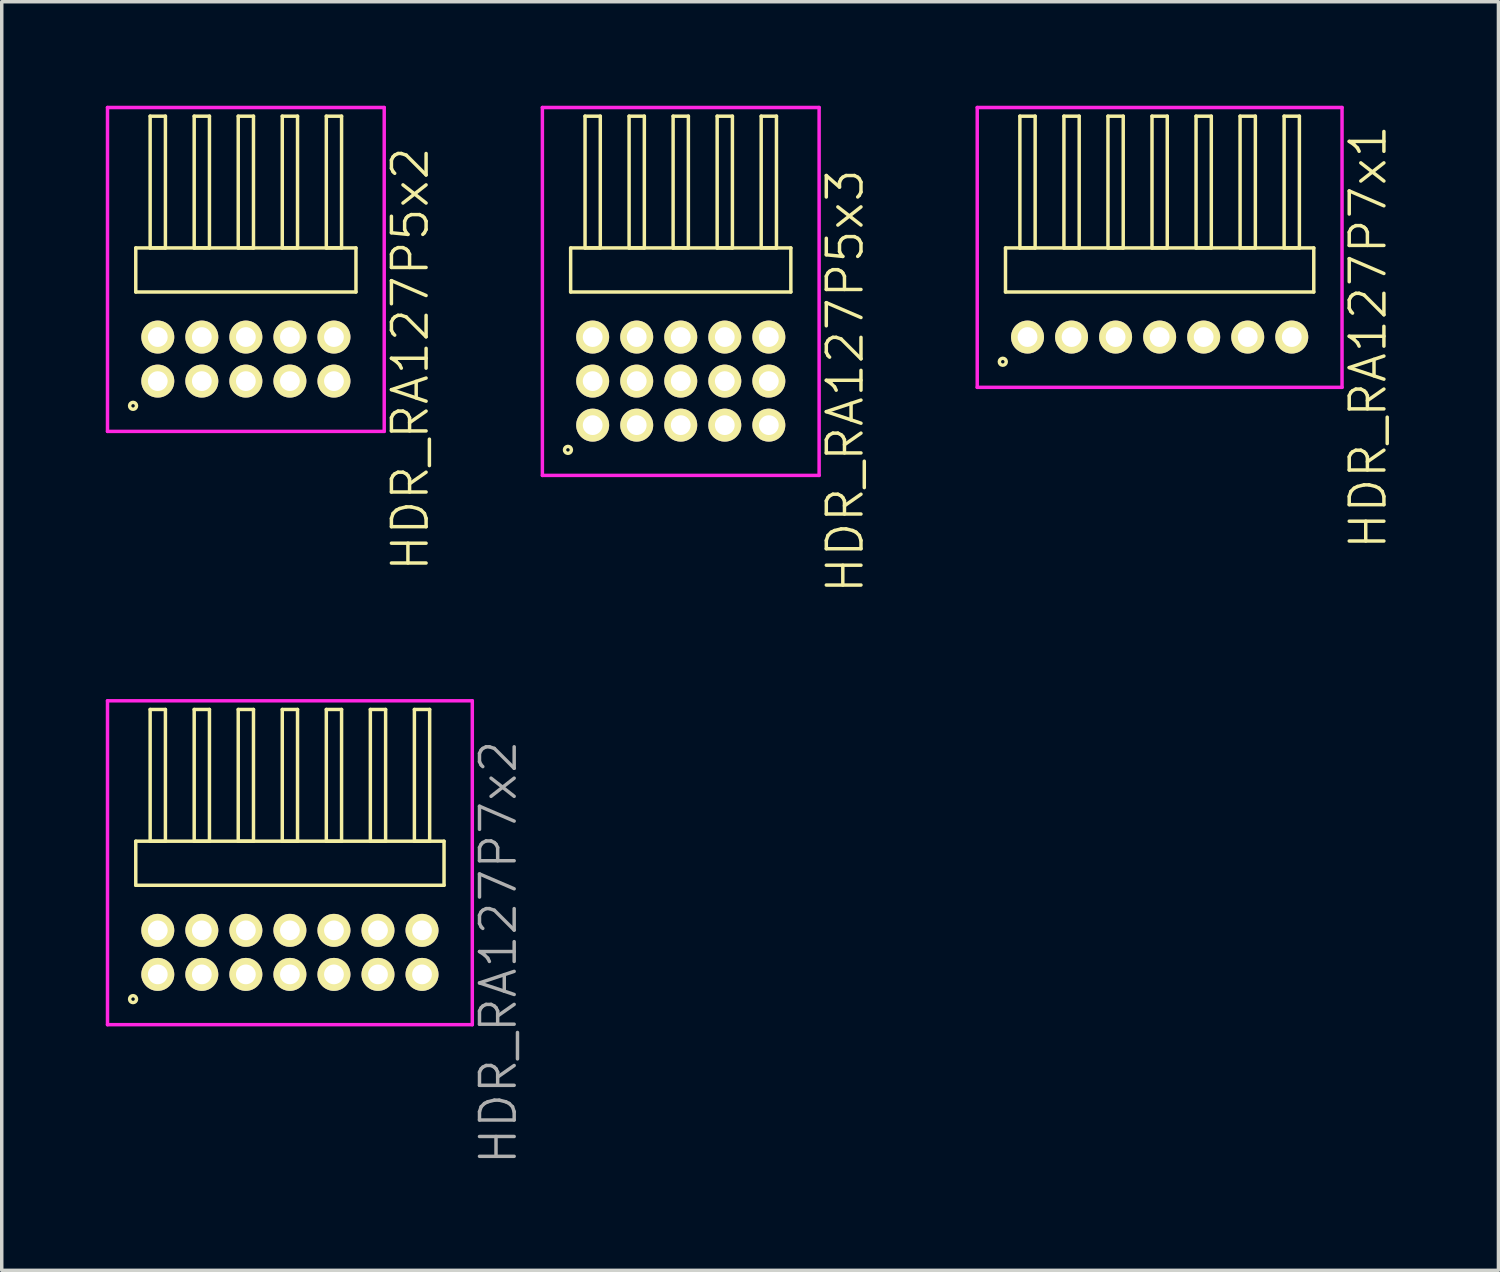
<source format=kicad_pcb>
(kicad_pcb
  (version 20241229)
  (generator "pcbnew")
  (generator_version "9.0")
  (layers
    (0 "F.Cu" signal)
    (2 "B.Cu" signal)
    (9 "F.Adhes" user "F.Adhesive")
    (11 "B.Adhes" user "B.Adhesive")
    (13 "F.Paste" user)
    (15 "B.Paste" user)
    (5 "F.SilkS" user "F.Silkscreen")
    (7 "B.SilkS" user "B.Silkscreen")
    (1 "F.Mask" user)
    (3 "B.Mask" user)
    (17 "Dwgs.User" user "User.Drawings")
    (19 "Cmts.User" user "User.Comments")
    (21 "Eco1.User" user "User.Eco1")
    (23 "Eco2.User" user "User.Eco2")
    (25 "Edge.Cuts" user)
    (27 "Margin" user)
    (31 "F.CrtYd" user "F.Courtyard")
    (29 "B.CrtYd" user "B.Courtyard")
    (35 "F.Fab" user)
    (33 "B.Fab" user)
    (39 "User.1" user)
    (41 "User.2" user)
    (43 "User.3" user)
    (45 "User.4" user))
  (footprint "HDR_RA127P7x2"
    (layer "F.Cu")
    (at 5.31 24.414)
    (property "Reference" "HDR_RA127P7x2" (at 6.01 0 90) (layer "F.Fab") (effects (font (size 1 1) (thickness 0.1))))
    (attr through_hole)
    (fp_line (start -4.445 -3.205) (end -4.445 -1.935) (stroke (width 0.1) (type solid)) (layer "F.SilkS"))
    (fp_line (start -4.445 -1.935) (end 4.445 -1.935) (stroke (width 0.1) (type solid)) (layer "F.SilkS"))
    (fp_line (start -4.03 -7.005) (end -4.03 -3.205) (stroke (width 0.1) (type solid)) (layer "F.SilkS"))
    (fp_line (start -4.03 -3.205) (end -3.59 -3.205) (stroke (width 0.1) (type solid)) (layer "F.SilkS"))
    (fp_line (start -3.59 -7.005) (end -4.03 -7.005) (stroke (width 0.1) (type solid)) (layer "F.SilkS"))
    (fp_line (start -3.59 -3.205) (end -3.59 -7.005) (stroke (width 0.1) (type solid)) (layer "F.SilkS"))
    (fp_line (start -2.76 -7.005) (end -2.76 -3.205) (stroke (width 0.1) (type solid)) (layer "F.SilkS"))
    (fp_line (start -2.76 -3.205) (end -2.32 -3.205) (stroke (width 0.1) (type solid)) (layer "F.SilkS"))
    (fp_line (start -2.32 -7.005) (end -2.76 -7.005) (stroke (width 0.1) (type solid)) (layer "F.SilkS"))
    (fp_line (start -2.32 -3.205) (end -2.32 -7.005) (stroke (width 0.1) (type solid)) (layer "F.SilkS"))
    (fp_line (start -1.49 -7.005) (end -1.49 -3.205) (stroke (width 0.1) (type solid)) (layer "F.SilkS"))
    (fp_line (start -1.49 -3.205) (end -1.05 -3.205) (stroke (width 0.1) (type solid)) (layer "F.SilkS"))
    (fp_line (start -1.05 -7.005) (end -1.49 -7.005) (stroke (width 0.1) (type solid)) (layer "F.SilkS"))
    (fp_line (start -1.05 -3.205) (end -1.05 -7.005) (stroke (width 0.1) (type solid)) (layer "F.SilkS"))
    (fp_line (start -0.22 -7.005) (end -0.22 -3.205) (stroke (width 0.1) (type solid)) (layer "F.SilkS"))
    (fp_line (start -0.22 -3.205) (end 0.22 -3.205) (stroke (width 0.1) (type solid)) (layer "F.SilkS"))
    (fp_line (start 0.22 -7.005) (end -0.22 -7.005) (stroke (width 0.1) (type solid)) (layer "F.SilkS"))
    (fp_line (start 0.22 -3.205) (end 0.22 -7.005) (stroke (width 0.1) (type solid)) (layer "F.SilkS"))
    (fp_line (start 1.05 -7.005) (end 1.05 -3.205) (stroke (width 0.1) (type solid)) (layer "F.SilkS"))
    (fp_line (start 1.05 -3.205) (end 1.49 -3.205) (stroke (width 0.1) (type solid)) (layer "F.SilkS"))
    (fp_line (start 1.49 -7.005) (end 1.05 -7.005) (stroke (width 0.1) (type solid)) (layer "F.SilkS"))
    (fp_line (start 1.49 -3.205) (end 1.49 -7.005) (stroke (width 0.1) (type solid)) (layer "F.SilkS"))
    (fp_line (start 2.32 -7.005) (end 2.32 -3.205) (stroke (width 0.1) (type solid)) (layer "F.SilkS"))
    (fp_line (start 2.32 -3.205) (end 2.76 -3.205) (stroke (width 0.1) (type solid)) (layer "F.SilkS"))
    (fp_line (start 2.76 -7.005) (end 2.32 -7.005) (stroke (width 0.1) (type solid)) (layer "F.SilkS"))
    (fp_line (start 2.76 -3.205) (end 2.76 -7.005) (stroke (width 0.1) (type solid)) (layer "F.SilkS"))
    (fp_line (start 3.59 -7.005) (end 3.59 -3.205) (stroke (width 0.1) (type solid)) (layer "F.SilkS"))
    (fp_line (start 3.59 -3.205) (end 4.03 -3.205) (stroke (width 0.1) (type solid)) (layer "F.SilkS"))
    (fp_line (start 4.03 -7.005) (end 3.59 -7.005) (stroke (width 0.1) (type solid)) (layer "F.SilkS"))
    (fp_line (start 4.03 -3.205) (end 4.03 -7.005) (stroke (width 0.1) (type solid)) (layer "F.SilkS"))
    (fp_line (start 4.445 -3.205) (end -4.445 -3.205) (stroke (width 0.1) (type solid)) (layer "F.SilkS"))
    (fp_line (start 4.445 -1.935) (end 4.445 -3.205) (stroke (width 0.1) (type solid)) (layer "F.SilkS"))
    (fp_circle (center -4.523 1.348) (end -4.423 1.348) (stroke (width 0.1) (type solid)) (fill no) (layer "F.SilkS"))
    (fp_line (start -5.26 -7.255) (end -5.26 2.085) (stroke (width 0.1) (type solid)) (layer "F.CrtYd"))
    (fp_line (start -5.26 2.085) (end 5.26 2.085) (stroke (width 0.1) (type solid)) (layer "F.CrtYd"))
    (fp_line (start 5.26 -7.255) (end -5.26 -7.255) (stroke (width 0.1) (type solid)) (layer "F.CrtYd"))
    (fp_line (start 5.26 2.085) (end 5.26 -7.255) (stroke (width 0.1) (type solid)) (layer "F.CrtYd"))
    (pad "1" thru_hole oval (at -3.81 0.635) (size 0.95 0.95) (drill 0.57) (layers "*.Cu" "*.Mask" "F.SilkS"))
    (pad "2" thru_hole oval (at -3.81 -0.635) (size 0.95 0.95) (drill 0.57) (layers "*.Cu" "*.Mask" "F.SilkS"))
    (pad "3" thru_hole oval (at -2.54 0.635) (size 0.95 0.95) (drill 0.57) (layers "*.Cu" "*.Mask" "F.SilkS"))
    (pad "4" thru_hole oval (at -2.54 -0.635) (size 0.95 0.95) (drill 0.57) (layers "*.Cu" "*.Mask" "F.SilkS"))
    (pad "5" thru_hole oval (at -1.27 0.635) (size 0.95 0.95) (drill 0.57) (layers "*.Cu" "*.Mask" "F.SilkS"))
    (pad "6" thru_hole oval (at -1.27 -0.635) (size 0.95 0.95) (drill 0.57) (layers "*.Cu" "*.Mask" "F.SilkS"))
    (pad "7" thru_hole oval (at 0 0.635) (size 0.95 0.95) (drill 0.57) (layers "*.Cu" "*.Mask" "F.SilkS"))
    (pad "8" thru_hole oval (at 0 -0.635) (size 0.95 0.95) (drill 0.57) (layers "*.Cu" "*.Mask" "F.SilkS"))
    (pad "9" thru_hole oval (at 1.27 0.635) (size 0.95 0.95) (drill 0.57) (layers "*.Cu" "*.Mask" "F.SilkS"))
    (pad "10" thru_hole oval (at 1.27 -0.635) (size 0.95 0.95) (drill 0.57) (layers "*.Cu" "*.Mask" "F.SilkS"))
    (pad "11" thru_hole oval (at 2.54 0.635) (size 0.95 0.95) (drill 0.57) (layers "*.Cu" "*.Mask" "F.SilkS"))
    (pad "12" thru_hole oval (at 2.54 -0.635) (size 0.95 0.95) (drill 0.57) (layers "*.Cu" "*.Mask" "F.SilkS"))
    (pad "13" thru_hole oval (at 3.81 0.635) (size 0.95 0.95) (drill 0.57) (layers "*.Cu" "*.Mask" "F.SilkS"))
    (pad "14" thru_hole oval (at 3.81 -0.635) (size 0.95 0.95) (drill 0.57) (layers "*.Cu" "*.Mask" "F.SilkS")))
  (footprint "HDR_RA127P5x2"
    (layer "F.Cu")
    (at 4.04 7.305)
    (property "Reference" "HDR_RA127P5x2" (at 4.74 0 90) (layer "F.SilkS") (effects (font (size 1 1) (thickness 0.1))))
    (attr through_hole)
    (fp_line (start -3.175 -3.205) (end -3.175 -1.935) (stroke (width 0.1) (type solid)) (layer "F.SilkS"))
    (fp_line (start -3.175 -1.935) (end 3.175 -1.935) (stroke (width 0.1) (type solid)) (layer "F.SilkS"))
    (fp_line (start -2.76 -7.005) (end -2.76 -3.205) (stroke (width 0.1) (type solid)) (layer "F.SilkS"))
    (fp_line (start -2.76 -3.205) (end -2.32 -3.205) (stroke (width 0.1) (type solid)) (layer "F.SilkS"))
    (fp_line (start -2.32 -7.005) (end -2.76 -7.005) (stroke (width 0.1) (type solid)) (layer "F.SilkS"))
    (fp_line (start -2.32 -3.205) (end -2.32 -7.005) (stroke (width 0.1) (type solid)) (layer "F.SilkS"))
    (fp_line (start -1.49 -7.005) (end -1.49 -3.205) (stroke (width 0.1) (type solid)) (layer "F.SilkS"))
    (fp_line (start -1.49 -3.205) (end -1.05 -3.205) (stroke (width 0.1) (type solid)) (layer "F.SilkS"))
    (fp_line (start -1.05 -7.005) (end -1.49 -7.005) (stroke (width 0.1) (type solid)) (layer "F.SilkS"))
    (fp_line (start -1.05 -3.205) (end -1.05 -7.005) (stroke (width 0.1) (type solid)) (layer "F.SilkS"))
    (fp_line (start -0.22 -7.005) (end -0.22 -3.205) (stroke (width 0.1) (type solid)) (layer "F.SilkS"))
    (fp_line (start -0.22 -3.205) (end 0.22 -3.205) (stroke (width 0.1) (type solid)) (layer "F.SilkS"))
    (fp_line (start 0.22 -7.005) (end -0.22 -7.005) (stroke (width 0.1) (type solid)) (layer "F.SilkS"))
    (fp_line (start 0.22 -3.205) (end 0.22 -7.005) (stroke (width 0.1) (type solid)) (layer "F.SilkS"))
    (fp_line (start 1.05 -7.005) (end 1.05 -3.205) (stroke (width 0.1) (type solid)) (layer "F.SilkS"))
    (fp_line (start 1.05 -3.205) (end 1.49 -3.205) (stroke (width 0.1) (type solid)) (layer "F.SilkS"))
    (fp_line (start 1.49 -7.005) (end 1.05 -7.005) (stroke (width 0.1) (type solid)) (layer "F.SilkS"))
    (fp_line (start 1.49 -3.205) (end 1.49 -7.005) (stroke (width 0.1) (type solid)) (layer "F.SilkS"))
    (fp_line (start 2.32 -7.005) (end 2.32 -3.205) (stroke (width 0.1) (type solid)) (layer "F.SilkS"))
    (fp_line (start 2.32 -3.205) (end 2.76 -3.205) (stroke (width 0.1) (type solid)) (layer "F.SilkS"))
    (fp_line (start 2.76 -7.005) (end 2.32 -7.005) (stroke (width 0.1) (type solid)) (layer "F.SilkS"))
    (fp_line (start 2.76 -3.205) (end 2.76 -7.005) (stroke (width 0.1) (type solid)) (layer "F.SilkS"))
    (fp_line (start 3.175 -3.205) (end -3.175 -3.205) (stroke (width 0.1) (type solid)) (layer "F.SilkS"))
    (fp_line (start 3.175 -1.935) (end 3.175 -3.205) (stroke (width 0.1) (type solid)) (layer "F.SilkS"))
    (fp_circle (center -3.253 1.348) (end -3.153 1.348) (stroke (width 0.1) (type solid)) (fill no) (layer "F.SilkS"))
    (fp_line (start -3.99 -7.255) (end -3.99 2.085) (stroke (width 0.1) (type solid)) (layer "F.CrtYd"))
    (fp_line (start -3.99 2.085) (end 3.99 2.085) (stroke (width 0.1) (type solid)) (layer "F.CrtYd"))
    (fp_line (start 3.99 -7.255) (end -3.99 -7.255) (stroke (width 0.1) (type solid)) (layer "F.CrtYd"))
    (fp_line (start 3.99 2.085) (end 3.99 -7.255) (stroke (width 0.1) (type solid)) (layer "F.CrtYd"))
    (pad "1" thru_hole oval (at -2.54 0.635) (size 0.95 0.95) (drill 0.57) (layers "*.Cu" "*.Mask" "F.SilkS"))
    (pad "2" thru_hole oval (at -2.54 -0.635) (size 0.95 0.95) (drill 0.57) (layers "*.Cu" "*.Mask" "F.SilkS"))
    (pad "3" thru_hole oval (at -1.27 0.635) (size 0.95 0.95) (drill 0.57) (layers "*.Cu" "*.Mask" "F.SilkS"))
    (pad "4" thru_hole oval (at -1.27 -0.635) (size 0.95 0.95) (drill 0.57) (layers "*.Cu" "*.Mask" "F.SilkS"))
    (pad "5" thru_hole oval (at 0 0.635) (size 0.95 0.95) (drill 0.57) (layers "*.Cu" "*.Mask" "F.SilkS"))
    (pad "6" thru_hole oval (at 0 -0.635) (size 0.95 0.95) (drill 0.57) (layers "*.Cu" "*.Mask" "F.SilkS"))
    (pad "7" thru_hole oval (at 1.27 0.635) (size 0.95 0.95) (drill 0.57) (layers "*.Cu" "*.Mask" "F.SilkS"))
    (pad "8" thru_hole oval (at 1.27 -0.635) (size 0.95 0.95) (drill 0.57) (layers "*.Cu" "*.Mask" "F.SilkS"))
    (pad "9" thru_hole oval (at 2.54 0.635) (size 0.95 0.95) (drill 0.57) (layers "*.Cu" "*.Mask" "F.SilkS"))
    (pad "10" thru_hole oval (at 2.54 -0.635) (size 0.95 0.95) (drill 0.57) (layers "*.Cu" "*.Mask" "F.SilkS")))
  (footprint "HDR_RA127P5x3"
    (layer "F.Cu")
    (at 16.581 7.94)
    (property "Reference" "HDR_RA127P5x3" (at 4.74 0 90) (layer "F.SilkS") (effects (font (size 1 1) (thickness 0.1))))
    (attr through_hole)
    (fp_line (start -3.175 -3.84) (end -3.175 -2.57) (stroke (width 0.1) (type solid)) (layer "F.SilkS"))
    (fp_line (start -3.175 -2.57) (end 3.175 -2.57) (stroke (width 0.1) (type solid)) (layer "F.SilkS"))
    (fp_line (start -2.76 -7.64) (end -2.76 -3.84) (stroke (width 0.1) (type solid)) (layer "F.SilkS"))
    (fp_line (start -2.76 -3.84) (end -2.32 -3.84) (stroke (width 0.1) (type solid)) (layer "F.SilkS"))
    (fp_line (start -2.32 -7.64) (end -2.76 -7.64) (stroke (width 0.1) (type solid)) (layer "F.SilkS"))
    (fp_line (start -2.32 -3.84) (end -2.32 -7.64) (stroke (width 0.1) (type solid)) (layer "F.SilkS"))
    (fp_line (start -1.49 -7.64) (end -1.49 -3.84) (stroke (width 0.1) (type solid)) (layer "F.SilkS"))
    (fp_line (start -1.49 -3.84) (end -1.05 -3.84) (stroke (width 0.1) (type solid)) (layer "F.SilkS"))
    (fp_line (start -1.05 -7.64) (end -1.49 -7.64) (stroke (width 0.1) (type solid)) (layer "F.SilkS"))
    (fp_line (start -1.05 -3.84) (end -1.05 -7.64) (stroke (width 0.1) (type solid)) (layer "F.SilkS"))
    (fp_line (start -0.22 -7.64) (end -0.22 -3.84) (stroke (width 0.1) (type solid)) (layer "F.SilkS"))
    (fp_line (start -0.22 -3.84) (end 0.22 -3.84) (stroke (width 0.1) (type solid)) (layer "F.SilkS"))
    (fp_line (start 0.22 -7.64) (end -0.22 -7.64) (stroke (width 0.1) (type solid)) (layer "F.SilkS"))
    (fp_line (start 0.22 -3.84) (end 0.22 -7.64) (stroke (width 0.1) (type solid)) (layer "F.SilkS"))
    (fp_line (start 1.05 -7.64) (end 1.05 -3.84) (stroke (width 0.1) (type solid)) (layer "F.SilkS"))
    (fp_line (start 1.05 -3.84) (end 1.49 -3.84) (stroke (width 0.1) (type solid)) (layer "F.SilkS"))
    (fp_line (start 1.49 -7.64) (end 1.05 -7.64) (stroke (width 0.1) (type solid)) (layer "F.SilkS"))
    (fp_line (start 1.49 -3.84) (end 1.49 -7.64) (stroke (width 0.1) (type solid)) (layer "F.SilkS"))
    (fp_line (start 2.32 -7.64) (end 2.32 -3.84) (stroke (width 0.1) (type solid)) (layer "F.SilkS"))
    (fp_line (start 2.32 -3.84) (end 2.76 -3.84) (stroke (width 0.1) (type solid)) (layer "F.SilkS"))
    (fp_line (start 2.76 -7.64) (end 2.32 -7.64) (stroke (width 0.1) (type solid)) (layer "F.SilkS"))
    (fp_line (start 2.76 -3.84) (end 2.76 -7.64) (stroke (width 0.1) (type solid)) (layer "F.SilkS"))
    (fp_line (start 3.175 -3.84) (end -3.175 -3.84) (stroke (width 0.1) (type solid)) (layer "F.SilkS"))
    (fp_line (start 3.175 -2.57) (end 3.175 -3.84) (stroke (width 0.1) (type solid)) (layer "F.SilkS"))
    (fp_circle (center -3.253 1.983) (end -3.153 1.983) (stroke (width 0.1) (type solid)) (fill no) (layer "F.SilkS"))
    (fp_line (start -3.99 -7.89) (end -3.99 2.72) (stroke (width 0.1) (type solid)) (layer "F.CrtYd"))
    (fp_line (start -3.99 2.72) (end 3.99 2.72) (stroke (width 0.1) (type solid)) (layer "F.CrtYd"))
    (fp_line (start 3.99 -7.89) (end -3.99 -7.89) (stroke (width 0.1) (type solid)) (layer "F.CrtYd"))
    (fp_line (start 3.99 2.72) (end 3.99 -7.89) (stroke (width 0.1) (type solid)) (layer "F.CrtYd"))
    (pad "1" thru_hole oval (at -2.54 1.27) (size 0.95 0.95) (drill 0.57) (layers "*.Cu" "*.Mask" "F.SilkS"))
    (pad "2" thru_hole oval (at -2.54 0) (size 0.95 0.95) (drill 0.57) (layers "*.Cu" "*.Mask" "F.SilkS"))
    (pad "3" thru_hole oval (at -2.54 -1.27) (size 0.95 0.95) (drill 0.57) (layers "*.Cu" "*.Mask" "F.SilkS"))
    (pad "4" thru_hole oval (at -1.27 1.27) (size 0.95 0.95) (drill 0.57) (layers "*.Cu" "*.Mask" "F.SilkS"))
    (pad "5" thru_hole oval (at -1.27 0) (size 0.95 0.95) (drill 0.57) (layers "*.Cu" "*.Mask" "F.SilkS"))
    (pad "6" thru_hole oval (at -1.27 -1.27) (size 0.95 0.95) (drill 0.57) (layers "*.Cu" "*.Mask" "F.SilkS"))
    (pad "7" thru_hole oval (at 0 1.27) (size 0.95 0.95) (drill 0.57) (layers "*.Cu" "*.Mask" "F.SilkS"))
    (pad "8" thru_hole oval (at 0 0) (size 0.95 0.95) (drill 0.57) (layers "*.Cu" "*.Mask" "F.SilkS"))
    (pad "9" thru_hole oval (at 0 -1.27) (size 0.95 0.95) (drill 0.57) (layers "*.Cu" "*.Mask" "F.SilkS"))
    (pad "10" thru_hole oval (at 1.27 1.27) (size 0.95 0.95) (drill 0.57) (layers "*.Cu" "*.Mask" "F.SilkS"))
    (pad "11" thru_hole oval (at 1.27 0) (size 0.95 0.95) (drill 0.57) (layers "*.Cu" "*.Mask" "F.SilkS"))
    (pad "12" thru_hole oval (at 1.27 -1.27) (size 0.95 0.95) (drill 0.57) (layers "*.Cu" "*.Mask" "F.SilkS"))
    (pad "13" thru_hole oval (at 2.54 1.27) (size 0.95 0.95) (drill 0.57) (layers "*.Cu" "*.Mask" "F.SilkS"))
    (pad "14" thru_hole oval (at 2.54 0) (size 0.95 0.95) (drill 0.57) (layers "*.Cu" "*.Mask" "F.SilkS"))
    (pad "15" thru_hole oval (at 2.54 -1.27) (size 0.95 0.95) (drill 0.57) (layers "*.Cu" "*.Mask" "F.SilkS")))
  (footprint "HDR_RA127P7x1"
    (layer "F.Cu")
    (at 30.391 6.67)
    (property "Reference" "HDR_RA127P7x1" (at 6.01 0 90) (layer "F.SilkS") (effects (font (size 1 1) (thickness 0.1))))
    (attr through_hole)
    (fp_line (start -4.445 -2.57) (end -4.445 -1.3) (stroke (width 0.1) (type solid)) (layer "F.SilkS"))
    (fp_line (start -4.445 -1.3) (end 4.445 -1.3) (stroke (width 0.1) (type solid)) (layer "F.SilkS"))
    (fp_line (start -4.03 -6.37) (end -4.03 -2.57) (stroke (width 0.1) (type solid)) (layer "F.SilkS"))
    (fp_line (start -4.03 -2.57) (end -3.59 -2.57) (stroke (width 0.1) (type solid)) (layer "F.SilkS"))
    (fp_line (start -3.59 -6.37) (end -4.03 -6.37) (stroke (width 0.1) (type solid)) (layer "F.SilkS"))
    (fp_line (start -3.59 -2.57) (end -3.59 -6.37) (stroke (width 0.1) (type solid)) (layer "F.SilkS"))
    (fp_line (start -2.76 -6.37) (end -2.76 -2.57) (stroke (width 0.1) (type solid)) (layer "F.SilkS"))
    (fp_line (start -2.76 -2.57) (end -2.32 -2.57) (stroke (width 0.1) (type solid)) (layer "F.SilkS"))
    (fp_line (start -2.32 -6.37) (end -2.76 -6.37) (stroke (width 0.1) (type solid)) (layer "F.SilkS"))
    (fp_line (start -2.32 -2.57) (end -2.32 -6.37) (stroke (width 0.1) (type solid)) (layer "F.SilkS"))
    (fp_line (start -1.49 -6.37) (end -1.49 -2.57) (stroke (width 0.1) (type solid)) (layer "F.SilkS"))
    (fp_line (start -1.49 -2.57) (end -1.05 -2.57) (stroke (width 0.1) (type solid)) (layer "F.SilkS"))
    (fp_line (start -1.05 -6.37) (end -1.49 -6.37) (stroke (width 0.1) (type solid)) (layer "F.SilkS"))
    (fp_line (start -1.05 -2.57) (end -1.05 -6.37) (stroke (width 0.1) (type solid)) (layer "F.SilkS"))
    (fp_line (start -0.22 -6.37) (end -0.22 -2.57) (stroke (width 0.1) (type solid)) (layer "F.SilkS"))
    (fp_line (start -0.22 -2.57) (end 0.22 -2.57) (stroke (width 0.1) (type solid)) (layer "F.SilkS"))
    (fp_line (start 0.22 -6.37) (end -0.22 -6.37) (stroke (width 0.1) (type solid)) (layer "F.SilkS"))
    (fp_line (start 0.22 -2.57) (end 0.22 -6.37) (stroke (width 0.1) (type solid)) (layer "F.SilkS"))
    (fp_line (start 1.05 -6.37) (end 1.05 -2.57) (stroke (width 0.1) (type solid)) (layer "F.SilkS"))
    (fp_line (start 1.05 -2.57) (end 1.49 -2.57) (stroke (width 0.1) (type solid)) (layer "F.SilkS"))
    (fp_line (start 1.49 -6.37) (end 1.05 -6.37) (stroke (width 0.1) (type solid)) (layer "F.SilkS"))
    (fp_line (start 1.49 -2.57) (end 1.49 -6.37) (stroke (width 0.1) (type solid)) (layer "F.SilkS"))
    (fp_line (start 2.32 -6.37) (end 2.32 -2.57) (stroke (width 0.1) (type solid)) (layer "F.SilkS"))
    (fp_line (start 2.32 -2.57) (end 2.76 -2.57) (stroke (width 0.1) (type solid)) (layer "F.SilkS"))
    (fp_line (start 2.76 -6.37) (end 2.32 -6.37) (stroke (width 0.1) (type solid)) (layer "F.SilkS"))
    (fp_line (start 2.76 -2.57) (end 2.76 -6.37) (stroke (width 0.1) (type solid)) (layer "F.SilkS"))
    (fp_line (start 3.59 -6.37) (end 3.59 -2.57) (stroke (width 0.1) (type solid)) (layer "F.SilkS"))
    (fp_line (start 3.59 -2.57) (end 4.03 -2.57) (stroke (width 0.1) (type solid)) (layer "F.SilkS"))
    (fp_line (start 4.03 -6.37) (end 3.59 -6.37) (stroke (width 0.1) (type solid)) (layer "F.SilkS"))
    (fp_line (start 4.03 -2.57) (end 4.03 -6.37) (stroke (width 0.1) (type solid)) (layer "F.SilkS"))
    (fp_line (start 4.445 -2.57) (end -4.445 -2.57) (stroke (width 0.1) (type solid)) (layer "F.SilkS"))
    (fp_line (start 4.445 -1.3) (end 4.445 -2.57) (stroke (width 0.1) (type solid)) (layer "F.SilkS"))
    (fp_circle (center -4.523 0.712) (end -4.423 0.712) (stroke (width 0.1) (type solid)) (fill no) (layer "F.SilkS"))
    (fp_line (start -5.26 -6.62) (end -5.26 1.45) (stroke (width 0.1) (type solid)) (layer "F.CrtYd"))
    (fp_line (start -5.26 1.45) (end 5.26 1.45) (stroke (width 0.1) (type solid)) (layer "F.CrtYd"))
    (fp_line (start 5.26 -6.62) (end -5.26 -6.62) (stroke (width 0.1) (type solid)) (layer "F.CrtYd"))
    (fp_line (start 5.26 1.45) (end 5.26 -6.62) (stroke (width 0.1) (type solid)) (layer "F.CrtYd"))
    (pad "1" thru_hole oval (at -3.81 0) (size 0.95 0.95) (drill 0.57) (layers "*.Cu" "*.Mask" "F.SilkS"))
    (pad "2" thru_hole oval (at -2.54 0) (size 0.95 0.95) (drill 0.57) (layers "*.Cu" "*.Mask" "F.SilkS"))
    (pad "3" thru_hole oval (at -1.27 0) (size 0.95 0.95) (drill 0.57) (layers "*.Cu" "*.Mask" "F.SilkS"))
    (pad "4" thru_hole oval (at 0 0) (size 0.95 0.95) (drill 0.57) (layers "*.Cu" "*.Mask" "F.SilkS"))
    (pad "5" thru_hole oval (at 1.27 0) (size 0.95 0.95) (drill 0.57) (layers "*.Cu" "*.Mask" "F.SilkS"))
    (pad "6" thru_hole oval (at 2.54 0) (size 0.95 0.95) (drill 0.57) (layers "*.Cu" "*.Mask" "F.SilkS"))
    (pad "7" thru_hole oval (at 3.81 0) (size 0.95 0.95) (drill 0.57) (layers "*.Cu" "*.Mask" "F.SilkS")))
  (gr_rect
    (start -3 -3)
    (end 40.161 33.583)
    (stroke (width 0.1) (type default))
    (fill no)
    (layer "Edge.Cuts")))
</source>
